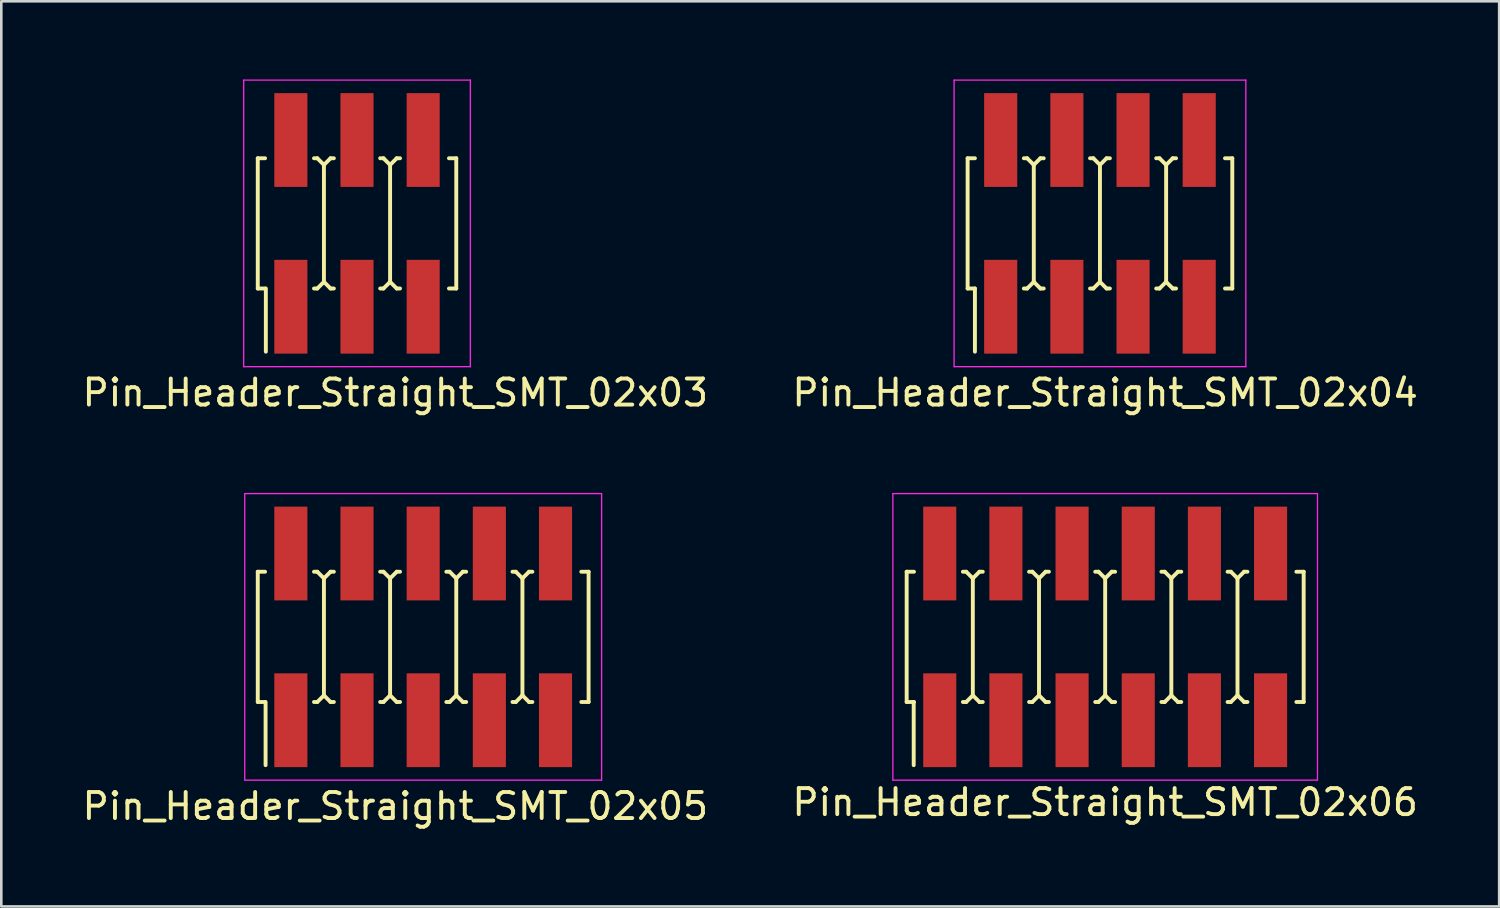
<source format=kicad_pcb>
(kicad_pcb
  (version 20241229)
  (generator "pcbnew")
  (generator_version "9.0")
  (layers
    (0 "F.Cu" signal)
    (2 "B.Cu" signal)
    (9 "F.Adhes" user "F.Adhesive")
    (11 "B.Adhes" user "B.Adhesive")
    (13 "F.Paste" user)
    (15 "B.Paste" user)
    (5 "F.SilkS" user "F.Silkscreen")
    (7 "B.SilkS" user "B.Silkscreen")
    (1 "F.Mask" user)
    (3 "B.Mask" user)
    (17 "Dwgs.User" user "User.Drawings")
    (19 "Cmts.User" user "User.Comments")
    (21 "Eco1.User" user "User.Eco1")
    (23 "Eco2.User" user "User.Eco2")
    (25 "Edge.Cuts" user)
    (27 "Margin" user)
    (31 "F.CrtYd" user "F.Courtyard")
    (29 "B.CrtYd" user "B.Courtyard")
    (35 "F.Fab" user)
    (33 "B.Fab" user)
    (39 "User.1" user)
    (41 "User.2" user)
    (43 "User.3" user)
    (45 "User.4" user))
  (footprint "Pin_Header_Straight_SMT_02x04"
    (layer "F.Cu")
    (at 39.175 5.525)
    (property "Reference" "Pin_Header_Straight_SMT_02x04" (at 0.2 6.5 0) (layer "F.SilkS") (effects (font (size 1 1) (thickness 0.15))))
    (attr smd)
    (fp_line (start -5.08 -2.5) (end -5.08 2.5) (stroke (width 0.15) (type solid)) (layer "F.SilkS"))
    (fp_line (start -5.08 -2.5) (end -4.8 -2.5) (stroke (width 0.15) (type solid)) (layer "F.SilkS"))
    (fp_line (start -5.08 2.5) (end -4.8 2.5) (stroke (width 0.15) (type solid)) (layer "F.SilkS"))
    (fp_line (start -4.8 2.5) (end -4.8 4.925) (stroke (width 0.15) (type solid)) (layer "F.SilkS"))
    (fp_line (start -2.921 -2.5) (end -2.794 -2.5) (stroke (width 0.15) (type solid)) (layer "F.SilkS"))
    (fp_line (start -2.794 -2.5) (end -2.54 -2.246) (stroke (width 0.15) (type solid)) (layer "F.SilkS"))
    (fp_line (start -2.794 2.5) (end -2.921 2.5) (stroke (width 0.15) (type solid)) (layer "F.SilkS"))
    (fp_line (start -2.54 -2.246) (end -2.286 -2.5) (stroke (width 0.15) (type solid)) (layer "F.SilkS"))
    (fp_line (start -2.54 2.246) (end -2.794 2.5) (stroke (width 0.15) (type solid)) (layer "F.SilkS"))
    (fp_line (start -2.54 2.25) (end -2.54 -2.25) (stroke (width 0.15) (type solid)) (layer "F.SilkS"))
    (fp_line (start -2.286 -2.5) (end -2.159 -2.5) (stroke (width 0.15) (type solid)) (layer "F.SilkS"))
    (fp_line (start -2.286 2.5) (end -2.54 2.246) (stroke (width 0.15) (type solid)) (layer "F.SilkS"))
    (fp_line (start -2.159 2.5) (end -2.286 2.5) (stroke (width 0.15) (type solid)) (layer "F.SilkS"))
    (fp_line (start -0.381 -2.5) (end -0.254 -2.5) (stroke (width 0.15) (type solid)) (layer "F.SilkS"))
    (fp_line (start -0.254 -2.5) (end 0 -2.246) (stroke (width 0.15) (type solid)) (layer "F.SilkS"))
    (fp_line (start -0.254 2.5) (end -0.381 2.5) (stroke (width 0.15) (type solid)) (layer "F.SilkS"))
    (fp_line (start 0 -2.246) (end 0.254 -2.5) (stroke (width 0.15) (type solid)) (layer "F.SilkS"))
    (fp_line (start 0 2.246) (end -0.254 2.5) (stroke (width 0.15) (type solid)) (layer "F.SilkS"))
    (fp_line (start 0 2.25) (end 0 -2.25) (stroke (width 0.15) (type solid)) (layer "F.SilkS"))
    (fp_line (start 0.254 -2.5) (end 0.381 -2.5) (stroke (width 0.15) (type solid)) (layer "F.SilkS"))
    (fp_line (start 0.254 2.5) (end 0 2.246) (stroke (width 0.15) (type solid)) (layer "F.SilkS"))
    (fp_line (start 0.381 2.5) (end 0.254 2.5) (stroke (width 0.15) (type solid)) (layer "F.SilkS"))
    (fp_line (start 2.159 -2.5) (end 2.286 -2.5) (stroke (width 0.15) (type solid)) (layer "F.SilkS"))
    (fp_line (start 2.286 -2.5) (end 2.54 -2.246) (stroke (width 0.15) (type solid)) (layer "F.SilkS"))
    (fp_line (start 2.286 2.5) (end 2.159 2.5) (stroke (width 0.15) (type solid)) (layer "F.SilkS"))
    (fp_line (start 2.54 -2.246) (end 2.794 -2.5) (stroke (width 0.15) (type solid)) (layer "F.SilkS"))
    (fp_line (start 2.54 2.246) (end 2.286 2.5) (stroke (width 0.15) (type solid)) (layer "F.SilkS"))
    (fp_line (start 2.54 2.25) (end 2.54 -2.25) (stroke (width 0.15) (type solid)) (layer "F.SilkS"))
    (fp_line (start 2.794 -2.5) (end 2.921 -2.5) (stroke (width 0.15) (type solid)) (layer "F.SilkS"))
    (fp_line (start 2.794 2.5) (end 2.54 2.246) (stroke (width 0.15) (type solid)) (layer "F.SilkS"))
    (fp_line (start 2.921 2.5) (end 2.794 2.5) (stroke (width 0.15) (type solid)) (layer "F.SilkS"))
    (fp_line (start 5.08 -2.5) (end 4.8 -2.5) (stroke (width 0.15) (type solid)) (layer "F.SilkS"))
    (fp_line (start 5.08 -2.5) (end 5.08 2.5) (stroke (width 0.15) (type solid)) (layer "F.SilkS"))
    (fp_line (start 5.08 2.5) (end 4.8 2.5) (stroke (width 0.15) (type solid)) (layer "F.SilkS"))
    (fp_line (start -5.6 -5.5) (end -5.6 5.5) (stroke (width 0.05) (type solid)) (layer "F.CrtYd"))
    (fp_line (start -5.6 5.5) (end 5.6 5.5) (stroke (width 0.05) (type solid)) (layer "F.CrtYd"))
    (fp_line (start 5.6 -5.5) (end -5.6 -5.5) (stroke (width 0.05) (type solid)) (layer "F.CrtYd"))
    (fp_line (start 5.6 5.5) (end 5.6 -5.5) (stroke (width 0.05) (type solid)) (layer "F.CrtYd"))
    (pad "1" smd rect (at -3.81 3.2) (size 1.27 3.6) (layers "F.Cu" "F.Mask" "F.Paste"))
    (pad "2" smd rect (at -3.81 -3.2) (size 1.27 3.6) (layers "F.Cu" "F.Mask" "F.Paste"))
    (pad "3" smd rect (at -1.27 3.2) (size 1.27 3.6) (layers "F.Cu" "F.Mask" "F.Paste"))
    (pad "4" smd rect (at -1.27 -3.2) (size 1.27 3.6) (layers "F.Cu" "F.Mask" "F.Paste"))
    (pad "5" smd rect (at 1.27 3.2) (size 1.27 3.6) (layers "F.Cu" "F.Mask" "F.Paste"))
    (pad "6" smd rect (at 1.27 -3.2) (size 1.27 3.6) (layers "F.Cu" "F.Mask" "F.Paste"))
    (pad "7" smd rect (at 3.81 3.2) (size 1.27 3.6) (layers "F.Cu" "F.Mask" "F.Paste"))
    (pad "8" smd rect (at 3.81 -3.2) (size 1.27 3.6) (layers "F.Cu" "F.Mask" "F.Paste")))
  (footprint "Pin_Header_Straight_SMT_02x05"
    (layer "F.Cu")
    (at 13.195 21.398)
    (property "Reference" "Pin_Header_Straight_SMT_02x05" (at -1.07 6.5 0) (layer "F.SilkS") (effects (font (size 1 1) (thickness 0.15))))
    (attr smd)
    (fp_line (start -6.35 -2.5) (end -6.35 2.5) (stroke (width 0.15) (type solid)) (layer "F.SilkS"))
    (fp_line (start -6.35 -2.5) (end -6.07 -2.5) (stroke (width 0.15) (type solid)) (layer "F.SilkS"))
    (fp_line (start -6.35 2.5) (end -6.07 2.5) (stroke (width 0.15) (type solid)) (layer "F.SilkS"))
    (fp_line (start -6.05 2.5) (end -6.05 4.925) (stroke (width 0.15) (type solid)) (layer "F.SilkS"))
    (fp_line (start -4.191 -2.5) (end -4.064 -2.5) (stroke (width 0.15) (type solid)) (layer "F.SilkS"))
    (fp_line (start -4.064 -2.5) (end -3.81 -2.246) (stroke (width 0.15) (type solid)) (layer "F.SilkS"))
    (fp_line (start -4.064 2.5) (end -4.191 2.5) (stroke (width 0.15) (type solid)) (layer "F.SilkS"))
    (fp_line (start -3.81 -2.246) (end -3.556 -2.5) (stroke (width 0.15) (type solid)) (layer "F.SilkS"))
    (fp_line (start -3.81 2.246) (end -4.064 2.5) (stroke (width 0.15) (type solid)) (layer "F.SilkS"))
    (fp_line (start -3.81 2.25) (end -3.81 -2.25) (stroke (width 0.15) (type solid)) (layer "F.SilkS"))
    (fp_line (start -3.556 -2.5) (end -3.429 -2.5) (stroke (width 0.15) (type solid)) (layer "F.SilkS"))
    (fp_line (start -3.556 2.5) (end -3.81 2.246) (stroke (width 0.15) (type solid)) (layer "F.SilkS"))
    (fp_line (start -3.429 2.5) (end -3.556 2.5) (stroke (width 0.15) (type solid)) (layer "F.SilkS"))
    (fp_line (start -1.651 -2.5) (end -1.524 -2.5) (stroke (width 0.15) (type solid)) (layer "F.SilkS"))
    (fp_line (start -1.524 -2.5) (end -1.27 -2.246) (stroke (width 0.15) (type solid)) (layer "F.SilkS"))
    (fp_line (start -1.524 2.5) (end -1.651 2.5) (stroke (width 0.15) (type solid)) (layer "F.SilkS"))
    (fp_line (start -1.27 -2.246) (end -1.016 -2.5) (stroke (width 0.15) (type solid)) (layer "F.SilkS"))
    (fp_line (start -1.27 2.246) (end -1.524 2.5) (stroke (width 0.15) (type solid)) (layer "F.SilkS"))
    (fp_line (start -1.27 2.25) (end -1.27 -2.25) (stroke (width 0.15) (type solid)) (layer "F.SilkS"))
    (fp_line (start -1.016 -2.5) (end -0.889 -2.5) (stroke (width 0.15) (type solid)) (layer "F.SilkS"))
    (fp_line (start -1.016 2.5) (end -1.27 2.246) (stroke (width 0.15) (type solid)) (layer "F.SilkS"))
    (fp_line (start -0.889 2.5) (end -1.016 2.5) (stroke (width 0.15) (type solid)) (layer "F.SilkS"))
    (fp_line (start 0.889 -2.5) (end 1.016 -2.5) (stroke (width 0.15) (type solid)) (layer "F.SilkS"))
    (fp_line (start 1.016 -2.5) (end 1.27 -2.246) (stroke (width 0.15) (type solid)) (layer "F.SilkS"))
    (fp_line (start 1.016 2.5) (end 0.889 2.5) (stroke (width 0.15) (type solid)) (layer "F.SilkS"))
    (fp_line (start 1.27 -2.246) (end 1.524 -2.5) (stroke (width 0.15) (type solid)) (layer "F.SilkS"))
    (fp_line (start 1.27 2.246) (end 1.016 2.5) (stroke (width 0.15) (type solid)) (layer "F.SilkS"))
    (fp_line (start 1.27 2.25) (end 1.27 -2.25) (stroke (width 0.15) (type solid)) (layer "F.SilkS"))
    (fp_line (start 1.524 -2.5) (end 1.651 -2.5) (stroke (width 0.15) (type solid)) (layer "F.SilkS"))
    (fp_line (start 1.524 2.5) (end 1.27 2.246) (stroke (width 0.15) (type solid)) (layer "F.SilkS"))
    (fp_line (start 1.651 2.5) (end 1.524 2.5) (stroke (width 0.15) (type solid)) (layer "F.SilkS"))
    (fp_line (start 3.429 -2.5) (end 3.556 -2.5) (stroke (width 0.15) (type solid)) (layer "F.SilkS"))
    (fp_line (start 3.556 -2.5) (end 3.81 -2.246) (stroke (width 0.15) (type solid)) (layer "F.SilkS"))
    (fp_line (start 3.556 2.5) (end 3.429 2.5) (stroke (width 0.15) (type solid)) (layer "F.SilkS"))
    (fp_line (start 3.81 -2.246) (end 4.064 -2.5) (stroke (width 0.15) (type solid)) (layer "F.SilkS"))
    (fp_line (start 3.81 2.246) (end 3.556 2.5) (stroke (width 0.15) (type solid)) (layer "F.SilkS"))
    (fp_line (start 3.81 2.25) (end 3.81 -2.25) (stroke (width 0.15) (type solid)) (layer "F.SilkS"))
    (fp_line (start 4.064 -2.5) (end 4.191 -2.5) (stroke (width 0.15) (type solid)) (layer "F.SilkS"))
    (fp_line (start 4.064 2.5) (end 3.81 2.246) (stroke (width 0.15) (type solid)) (layer "F.SilkS"))
    (fp_line (start 4.191 2.5) (end 4.064 2.5) (stroke (width 0.15) (type solid)) (layer "F.SilkS"))
    (fp_line (start 6.35 -2.5) (end 6.07 -2.5) (stroke (width 0.15) (type solid)) (layer "F.SilkS"))
    (fp_line (start 6.35 -2.5) (end 6.35 2.5) (stroke (width 0.15) (type solid)) (layer "F.SilkS"))
    (fp_line (start 6.35 2.5) (end 6.07 2.5) (stroke (width 0.15) (type solid)) (layer "F.SilkS"))
    (fp_line (start -6.85 -5.5) (end -6.85 5.5) (stroke (width 0.05) (type solid)) (layer "F.CrtYd"))
    (fp_line (start -6.85 5.5) (end 6.85 5.5) (stroke (width 0.05) (type solid)) (layer "F.CrtYd"))
    (fp_line (start 6.85 -5.5) (end -6.85 -5.5) (stroke (width 0.05) (type solid)) (layer "F.CrtYd"))
    (fp_line (start 6.85 5.5) (end 6.85 -5.5) (stroke (width 0.05) (type solid)) (layer "F.CrtYd"))
    (pad "1" smd rect (at -5.08 3.2) (size 1.27 3.6) (layers "F.Cu" "F.Mask" "F.Paste"))
    (pad "2" smd rect (at -5.08 -3.2) (size 1.27 3.6) (layers "F.Cu" "F.Mask" "F.Paste"))
    (pad "3" smd rect (at -2.54 3.2) (size 1.27 3.6) (layers "F.Cu" "F.Mask" "F.Paste"))
    (pad "4" smd rect (at -2.54 -3.2) (size 1.27 3.6) (layers "F.Cu" "F.Mask" "F.Paste"))
    (pad "5" smd rect (at 0 3.2) (size 1.27 3.6) (layers "F.Cu" "F.Mask" "F.Paste"))
    (pad "6" smd rect (at 0 -3.2) (size 1.27 3.6) (layers "F.Cu" "F.Mask" "F.Paste"))
    (pad "7" smd rect (at 2.54 3.2) (size 1.27 3.6) (layers "F.Cu" "F.Mask" "F.Paste"))
    (pad "8" smd rect (at 2.54 -3.2) (size 1.27 3.6) (layers "F.Cu" "F.Mask" "F.Paste"))
    (pad "9" smd rect (at 5.08 3.2) (size 1.27 3.6) (layers "F.Cu" "F.Mask" "F.Paste"))
    (pad "10" smd rect (at 5.08 -3.2) (size 1.27 3.6) (layers "F.Cu" "F.Mask" "F.Paste")))
  (footprint "Pin_Header_Straight_SMT_02x06"
    (layer "F.Cu")
    (at 39.375 21.398)
    (property "Reference" "Pin_Header_Straight_SMT_02x06" (at 0 6.35 0) (layer "F.SilkS") (effects (font (size 1 1) (thickness 0.15))))
    (attr smd)
    (fp_line (start -7.62 -2.5) (end -7.62 2.5) (stroke (width 0.15) (type solid)) (layer "F.SilkS"))
    (fp_line (start -7.62 -2.5) (end -7.34 -2.5) (stroke (width 0.15) (type solid)) (layer "F.SilkS"))
    (fp_line (start -7.62 2.5) (end -7.34 2.5) (stroke (width 0.15) (type solid)) (layer "F.SilkS"))
    (fp_line (start -7.35 2.5) (end -7.35 4.925) (stroke (width 0.15) (type solid)) (layer "F.SilkS"))
    (fp_line (start -5.461 -2.5) (end -5.334 -2.5) (stroke (width 0.15) (type solid)) (layer "F.SilkS"))
    (fp_line (start -5.334 -2.5) (end -5.08 -2.246) (stroke (width 0.15) (type solid)) (layer "F.SilkS"))
    (fp_line (start -5.334 2.5) (end -5.461 2.5) (stroke (width 0.15) (type solid)) (layer "F.SilkS"))
    (fp_line (start -5.08 -2.246) (end -4.826 -2.5) (stroke (width 0.15) (type solid)) (layer "F.SilkS"))
    (fp_line (start -5.08 2.246) (end -5.334 2.5) (stroke (width 0.15) (type solid)) (layer "F.SilkS"))
    (fp_line (start -5.08 2.25) (end -5.08 -2.25) (stroke (width 0.15) (type solid)) (layer "F.SilkS"))
    (fp_line (start -4.826 -2.5) (end -4.699 -2.5) (stroke (width 0.15) (type solid)) (layer "F.SilkS"))
    (fp_line (start -4.826 2.5) (end -5.08 2.246) (stroke (width 0.15) (type solid)) (layer "F.SilkS"))
    (fp_line (start -4.699 2.5) (end -4.826 2.5) (stroke (width 0.15) (type solid)) (layer "F.SilkS"))
    (fp_line (start -2.921 -2.5) (end -2.794 -2.5) (stroke (width 0.15) (type solid)) (layer "F.SilkS"))
    (fp_line (start -2.794 -2.5) (end -2.54 -2.246) (stroke (width 0.15) (type solid)) (layer "F.SilkS"))
    (fp_line (start -2.794 2.5) (end -2.921 2.5) (stroke (width 0.15) (type solid)) (layer "F.SilkS"))
    (fp_line (start -2.54 -2.246) (end -2.286 -2.5) (stroke (width 0.15) (type solid)) (layer "F.SilkS"))
    (fp_line (start -2.54 2.246) (end -2.794 2.5) (stroke (width 0.15) (type solid)) (layer "F.SilkS"))
    (fp_line (start -2.54 2.25) (end -2.54 -2.25) (stroke (width 0.15) (type solid)) (layer "F.SilkS"))
    (fp_line (start -2.286 -2.5) (end -2.159 -2.5) (stroke (width 0.15) (type solid)) (layer "F.SilkS"))
    (fp_line (start -2.286 2.5) (end -2.54 2.246) (stroke (width 0.15) (type solid)) (layer "F.SilkS"))
    (fp_line (start -2.159 2.5) (end -2.286 2.5) (stroke (width 0.15) (type solid)) (layer "F.SilkS"))
    (fp_line (start -0.381 -2.5) (end -0.254 -2.5) (stroke (width 0.15) (type solid)) (layer "F.SilkS"))
    (fp_line (start -0.254 -2.5) (end 0 -2.246) (stroke (width 0.15) (type solid)) (layer "F.SilkS"))
    (fp_line (start -0.254 2.5) (end -0.381 2.5) (stroke (width 0.15) (type solid)) (layer "F.SilkS"))
    (fp_line (start 0 -2.246) (end 0.254 -2.5) (stroke (width 0.15) (type solid)) (layer "F.SilkS"))
    (fp_line (start 0 2.246) (end -0.254 2.5) (stroke (width 0.15) (type solid)) (layer "F.SilkS"))
    (fp_line (start 0 2.25) (end 0 -2.25) (stroke (width 0.15) (type solid)) (layer "F.SilkS"))
    (fp_line (start 0.254 -2.5) (end 0.381 -2.5) (stroke (width 0.15) (type solid)) (layer "F.SilkS"))
    (fp_line (start 0.254 2.5) (end 0 2.246) (stroke (width 0.15) (type solid)) (layer "F.SilkS"))
    (fp_line (start 0.381 2.5) (end 0.254 2.5) (stroke (width 0.15) (type solid)) (layer "F.SilkS"))
    (fp_line (start 2.159 -2.5) (end 2.286 -2.5) (stroke (width 0.15) (type solid)) (layer "F.SilkS"))
    (fp_line (start 2.286 -2.5) (end 2.54 -2.246) (stroke (width 0.15) (type solid)) (layer "F.SilkS"))
    (fp_line (start 2.286 2.5) (end 2.159 2.5) (stroke (width 0.15) (type solid)) (layer "F.SilkS"))
    (fp_line (start 2.54 -2.246) (end 2.794 -2.5) (stroke (width 0.15) (type solid)) (layer "F.SilkS"))
    (fp_line (start 2.54 2.246) (end 2.286 2.5) (stroke (width 0.15) (type solid)) (layer "F.SilkS"))
    (fp_line (start 2.54 2.25) (end 2.54 -2.25) (stroke (width 0.15) (type solid)) (layer "F.SilkS"))
    (fp_line (start 2.794 -2.5) (end 2.921 -2.5) (stroke (width 0.15) (type solid)) (layer "F.SilkS"))
    (fp_line (start 2.794 2.5) (end 2.54 2.246) (stroke (width 0.15) (type solid)) (layer "F.SilkS"))
    (fp_line (start 2.921 2.5) (end 2.794 2.5) (stroke (width 0.15) (type solid)) (layer "F.SilkS"))
    (fp_line (start 4.699 -2.5) (end 4.826 -2.5) (stroke (width 0.15) (type solid)) (layer "F.SilkS"))
    (fp_line (start 4.826 -2.5) (end 5.08 -2.246) (stroke (width 0.15) (type solid)) (layer "F.SilkS"))
    (fp_line (start 4.826 2.5) (end 4.699 2.5) (stroke (width 0.15) (type solid)) (layer "F.SilkS"))
    (fp_line (start 5.08 -2.246) (end 5.334 -2.5) (stroke (width 0.15) (type solid)) (layer "F.SilkS"))
    (fp_line (start 5.08 2.246) (end 4.826 2.5) (stroke (width 0.15) (type solid)) (layer "F.SilkS"))
    (fp_line (start 5.08 2.25) (end 5.08 -2.25) (stroke (width 0.15) (type solid)) (layer "F.SilkS"))
    (fp_line (start 5.334 -2.5) (end 5.461 -2.5) (stroke (width 0.15) (type solid)) (layer "F.SilkS"))
    (fp_line (start 5.334 2.5) (end 5.08 2.246) (stroke (width 0.15) (type solid)) (layer "F.SilkS"))
    (fp_line (start 5.461 2.5) (end 5.334 2.5) (stroke (width 0.15) (type solid)) (layer "F.SilkS"))
    (fp_line (start 7.62 -2.5) (end 7.34 -2.5) (stroke (width 0.15) (type solid)) (layer "F.SilkS"))
    (fp_line (start 7.62 -2.5) (end 7.62 2.5) (stroke (width 0.15) (type solid)) (layer "F.SilkS"))
    (fp_line (start 7.62 2.5) (end 7.34 2.5) (stroke (width 0.15) (type solid)) (layer "F.SilkS"))
    (fp_line (start -8.15 -5.5) (end -8.15 5.5) (stroke (width 0.05) (type solid)) (layer "F.CrtYd"))
    (fp_line (start -8.15 5.5) (end 8.15 5.5) (stroke (width 0.05) (type solid)) (layer "F.CrtYd"))
    (fp_line (start 8.15 -5.5) (end -8.15 -5.5) (stroke (width 0.05) (type solid)) (layer "F.CrtYd"))
    (fp_line (start 8.15 5.5) (end 8.15 -5.5) (stroke (width 0.05) (type solid)) (layer "F.CrtYd"))
    (pad "1" smd rect (at -6.35 3.2) (size 1.27 3.6) (layers "F.Cu" "F.Mask" "F.Paste"))
    (pad "2" smd rect (at -6.35 -3.2) (size 1.27 3.6) (layers "F.Cu" "F.Mask" "F.Paste"))
    (pad "3" smd rect (at -3.81 3.2) (size 1.27 3.6) (layers "F.Cu" "F.Mask" "F.Paste"))
    (pad "4" smd rect (at -3.81 -3.2) (size 1.27 3.6) (layers "F.Cu" "F.Mask" "F.Paste"))
    (pad "5" smd rect (at -1.27 3.2) (size 1.27 3.6) (layers "F.Cu" "F.Mask" "F.Paste"))
    (pad "6" smd rect (at -1.27 -3.2) (size 1.27 3.6) (layers "F.Cu" "F.Mask" "F.Paste"))
    (pad "7" smd rect (at 1.27 3.2) (size 1.27 3.6) (layers "F.Cu" "F.Mask" "F.Paste"))
    (pad "8" smd rect (at 1.27 -3.2) (size 1.27 3.6) (layers "F.Cu" "F.Mask" "F.Paste"))
    (pad "9" smd rect (at 3.81 3.2) (size 1.27 3.6) (layers "F.Cu" "F.Mask" "F.Paste"))
    (pad "10" smd rect (at 3.81 -3.2) (size 1.27 3.6) (layers "F.Cu" "F.Mask" "F.Paste"))
    (pad "11" smd rect (at 6.35 3.2) (size 1.27 3.6) (layers "F.Cu" "F.Mask" "F.Paste"))
    (pad "12" smd rect (at 6.35 -3.2) (size 1.27 3.6) (layers "F.Cu" "F.Mask" "F.Paste")))
  (footprint "Pin_Header_Straight_SMT_02x03"
    (layer "F.Cu")
    (at 10.655 5.525)
    (property "Reference" "Pin_Header_Straight_SMT_02x03" (at 1.47 6.5 0) (layer "F.SilkS") (effects (font (size 1 1) (thickness 0.15))))
    (attr smd)
    (fp_line (start -3.81 -2.5) (end -3.81 2.5) (stroke (width 0.15) (type solid)) (layer "F.SilkS"))
    (fp_line (start -3.81 -2.5) (end -3.53 -2.5) (stroke (width 0.15) (type solid)) (layer "F.SilkS"))
    (fp_line (start -3.81 2.5) (end -3.53 2.5) (stroke (width 0.15) (type solid)) (layer "F.SilkS"))
    (fp_line (start -3.5 2.5) (end -3.5 4.925) (stroke (width 0.15) (type solid)) (layer "F.SilkS"))
    (fp_line (start -1.651 -2.5) (end -1.524 -2.5) (stroke (width 0.15) (type solid)) (layer "F.SilkS"))
    (fp_line (start -1.524 -2.5) (end -1.27 -2.246) (stroke (width 0.15) (type solid)) (layer "F.SilkS"))
    (fp_line (start -1.524 2.5) (end -1.651 2.5) (stroke (width 0.15) (type solid)) (layer "F.SilkS"))
    (fp_line (start -1.27 -2.246) (end -1.016 -2.5) (stroke (width 0.15) (type solid)) (layer "F.SilkS"))
    (fp_line (start -1.27 2.246) (end -1.524 2.5) (stroke (width 0.15) (type solid)) (layer "F.SilkS"))
    (fp_line (start -1.27 2.25) (end -1.27 -2.25) (stroke (width 0.15) (type solid)) (layer "F.SilkS"))
    (fp_line (start -1.016 -2.5) (end -0.889 -2.5) (stroke (width 0.15) (type solid)) (layer "F.SilkS"))
    (fp_line (start -1.016 2.5) (end -1.27 2.246) (stroke (width 0.15) (type solid)) (layer "F.SilkS"))
    (fp_line (start -0.889 2.5) (end -1.016 2.5) (stroke (width 0.15) (type solid)) (layer "F.SilkS"))
    (fp_line (start 0.889 -2.5) (end 1.016 -2.5) (stroke (width 0.15) (type solid)) (layer "F.SilkS"))
    (fp_line (start 1.016 -2.5) (end 1.27 -2.246) (stroke (width 0.15) (type solid)) (layer "F.SilkS"))
    (fp_line (start 1.016 2.5) (end 0.889 2.5) (stroke (width 0.15) (type solid)) (layer "F.SilkS"))
    (fp_line (start 1.27 -2.246) (end 1.524 -2.5) (stroke (width 0.15) (type solid)) (layer "F.SilkS"))
    (fp_line (start 1.27 2.246) (end 1.016 2.5) (stroke (width 0.15) (type solid)) (layer "F.SilkS"))
    (fp_line (start 1.27 2.25) (end 1.27 -2.25) (stroke (width 0.15) (type solid)) (layer "F.SilkS"))
    (fp_line (start 1.524 -2.5) (end 1.651 -2.5) (stroke (width 0.15) (type solid)) (layer "F.SilkS"))
    (fp_line (start 1.524 2.5) (end 1.27 2.246) (stroke (width 0.15) (type solid)) (layer "F.SilkS"))
    (fp_line (start 1.651 2.5) (end 1.524 2.5) (stroke (width 0.15) (type solid)) (layer "F.SilkS"))
    (fp_line (start 3.81 -2.5) (end 3.53 -2.5) (stroke (width 0.15) (type solid)) (layer "F.SilkS"))
    (fp_line (start 3.81 -2.5) (end 3.81 2.5) (stroke (width 0.15) (type solid)) (layer "F.SilkS"))
    (fp_line (start 3.81 2.5) (end 3.53 2.5) (stroke (width 0.15) (type solid)) (layer "F.SilkS"))
    (fp_line (start -4.35 -5.5) (end -4.35 5.5) (stroke (width 0.05) (type solid)) (layer "F.CrtYd"))
    (fp_line (start -4.35 5.5) (end 4.35 5.5) (stroke (width 0.05) (type solid)) (layer "F.CrtYd"))
    (fp_line (start 4.35 -5.5) (end -4.35 -5.5) (stroke (width 0.05) (type solid)) (layer "F.CrtYd"))
    (fp_line (start 4.35 5.5) (end 4.35 -5.5) (stroke (width 0.05) (type solid)) (layer "F.CrtYd"))
    (pad "1" smd rect (at -2.54 3.2) (size 1.27 3.6) (layers "F.Cu" "F.Mask" "F.Paste"))
    (pad "2" smd rect (at -2.54 -3.2) (size 1.27 3.6) (layers "F.Cu" "F.Mask" "F.Paste"))
    (pad "3" smd rect (at 0 3.2) (size 1.27 3.6) (layers "F.Cu" "F.Mask" "F.Paste"))
    (pad "4" smd rect (at 0 -3.2) (size 1.27 3.6) (layers "F.Cu" "F.Mask" "F.Paste"))
    (pad "5" smd rect (at 2.54 3.2) (size 1.27 3.6) (layers "F.Cu" "F.Mask" "F.Paste"))
    (pad "6" smd rect (at 2.54 -3.2) (size 1.27 3.6) (layers "F.Cu" "F.Mask" "F.Paste")))
  (gr_rect
    (start -3 -3)
    (end 54.5 31.747)
    (stroke (width 0.1) (type default))
    (fill no)
    (layer "Edge.Cuts")))
</source>
